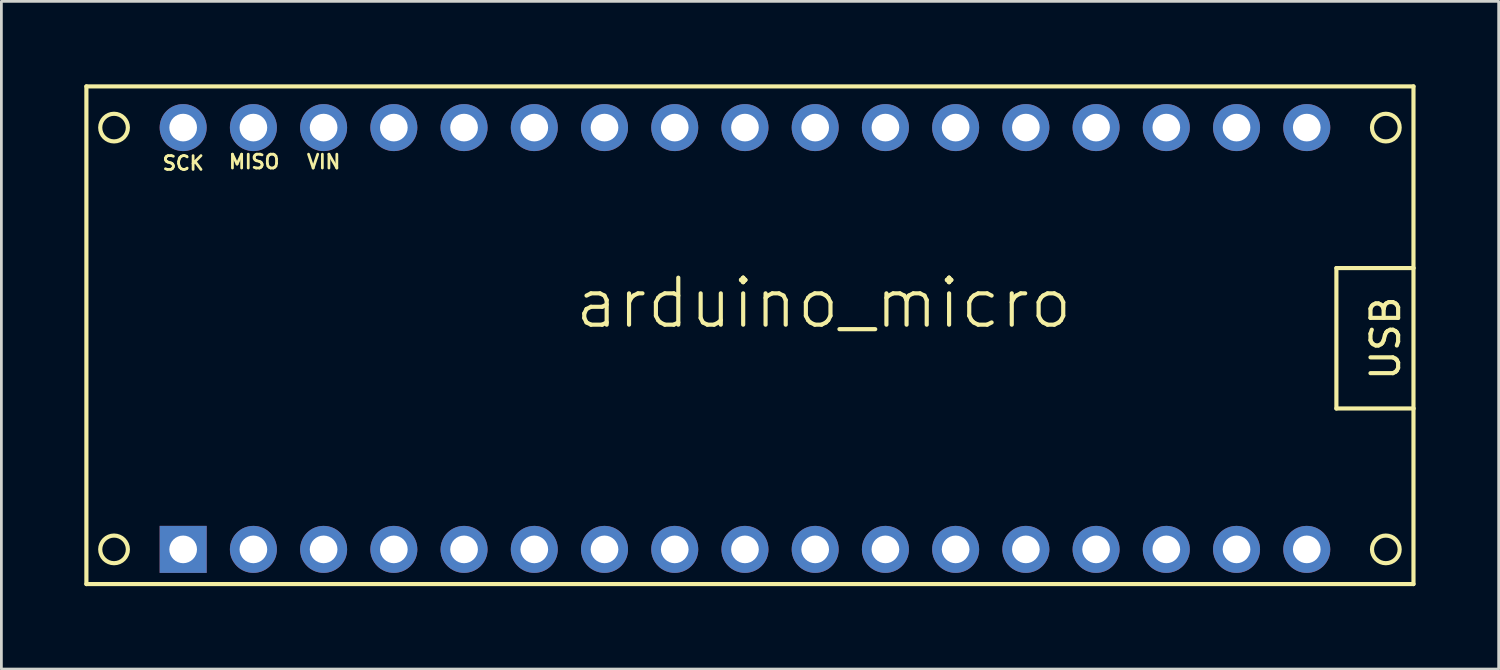
<source format=kicad_pcb>
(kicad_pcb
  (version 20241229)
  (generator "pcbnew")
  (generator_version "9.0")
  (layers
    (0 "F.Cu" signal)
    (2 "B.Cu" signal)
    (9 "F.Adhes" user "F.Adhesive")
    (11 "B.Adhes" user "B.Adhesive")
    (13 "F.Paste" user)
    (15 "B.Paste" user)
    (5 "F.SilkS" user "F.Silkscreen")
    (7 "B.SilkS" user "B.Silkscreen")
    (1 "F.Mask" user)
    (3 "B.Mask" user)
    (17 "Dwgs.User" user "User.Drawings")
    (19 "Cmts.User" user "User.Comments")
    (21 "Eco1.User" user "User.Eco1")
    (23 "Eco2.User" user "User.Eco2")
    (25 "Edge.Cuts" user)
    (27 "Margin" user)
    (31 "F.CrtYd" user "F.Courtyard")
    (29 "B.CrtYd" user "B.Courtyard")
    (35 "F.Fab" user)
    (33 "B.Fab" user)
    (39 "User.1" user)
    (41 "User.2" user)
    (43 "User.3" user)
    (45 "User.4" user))
  (footprint "arduino_micro"
    (layer "F.Cu")
    (at 24.075 9.075)
    (property "Reference" "arduino_micro" (at 2.67 -1.16 0) (unlocked yes) (layer "F.SilkS") (effects (font (size 1.7 1.7) (thickness 0.15))))
    (attr through_hole)
    (fp_line (start -24 -9) (end 24 -9) (stroke (width 0.15) (type solid)) (layer "F.SilkS"))
    (fp_line (start -24 9) (end -24 -9) (stroke (width 0.15) (type solid)) (layer "F.SilkS"))
    (fp_line (start 21.212 -2.43) (end 24.006 -2.43) (stroke (width 0.15) (type solid)) (layer "F.SilkS"))
    (fp_line (start 21.212 2.65) (end 21.212 -2.43) (stroke (width 0.15) (type solid)) (layer "F.SilkS"))
    (fp_line (start 24 -9) (end 24 9) (stroke (width 0.15) (type solid)) (layer "F.SilkS"))
    (fp_line (start 24 9) (end -24 9) (stroke (width 0.15) (type solid)) (layer "F.SilkS"))
    (fp_line (start 24.006 2.65) (end 21.212 2.65) (stroke (width 0.15) (type solid)) (layer "F.SilkS"))
    (fp_circle (center -23 -7.51) (end -22.5 -7.51) (stroke (width 0.15) (type solid)) (fill no) (layer "F.SilkS"))
    (fp_circle (center -23 7.746) (end -22.5 7.746) (stroke (width 0.15) (type solid)) (fill no) (layer "F.SilkS"))
    (fp_circle (center 23 -7.51) (end 23.5 -7.51) (stroke (width 0.15) (type solid)) (fill no) (layer "F.SilkS"))
    (fp_circle (center 23 7.746) (end 23.5 7.746) (stroke (width 0.15) (type solid)) (fill no) (layer "F.SilkS"))
    (fp_text user "USB" (at 22.99 0.11 90) (layer "F.SilkS") (effects (font (size 1 1) (thickness 0.15))))
    (fp_text user "MISO" (at -17.932 -6.274 0) (layer "F.SilkS") (effects (font (size 0.5 0.5) (thickness 0.1))))
    (fp_text user "SCK" (at -20.498 -6.223 0) (layer "F.SilkS") (effects (font (size 0.5 0.5) (thickness 0.1))))
    (fp_text user "VIN" (at -15.418 -6.274 0) (layer "F.SilkS") (effects (font (size 0.5 0.5) (thickness 0.1))))
    (pad "2" thru_hole circle (at -5.26 7.746) (size 1.7 1.7) (drill 1) (layers "*.Cu" "*.Mask"))
    (pad "3" thru_hole circle (at -2.72 7.746) (size 1.7 1.7) (drill 1) (layers "*.Cu" "*.Mask"))
    (pad "3.3V" thru_hole circle (at 17.6 -7.51) (size 1.7 1.7) (drill 1) (layers "*.Cu" "*.Mask"))
    (pad "4" thru_hole circle (at -0.18 7.746) (size 1.7 1.7) (drill 1) (layers "*.Cu" "*.Mask"))
    (pad "5" thru_hole circle (at 2.36 7.746) (size 1.7 1.7) (drill 1) (layers "*.Cu" "*.Mask"))
    (pad "5V" thru_hole circle (at -7.8 -7.51) (size 1.7 1.7) (drill 1) (layers "*.Cu" "*.Mask"))
    (pad "6" thru_hole circle (at 4.9 7.746) (size 1.7 1.7) (drill 1) (layers "*.Cu" "*.Mask"))
    (pad "7" thru_hole circle (at 7.44 7.746) (size 1.7 1.7) (drill 1) (layers "*.Cu" "*.Mask"))
    (pad "8" thru_hole circle (at 9.98 7.746) (size 1.7 1.7) (drill 1) (layers "*.Cu" "*.Mask"))
    (pad "9" thru_hole circle (at 12.52 7.746) (size 1.7 1.7) (drill 1) (layers "*.Cu" "*.Mask"))
    (pad "10" thru_hole circle (at 15.06 7.746) (size 1.7 1.7) (drill 1) (layers "*.Cu" "*.Mask"))
    (pad "11" thru_hole circle (at 17.6 7.746) (size 1.7 1.7) (drill 1) (layers "*.Cu" "*.Mask"))
    (pad "12" thru_hole circle (at 20.14 7.746) (size 1.7 1.7) (drill 1) (layers "*.Cu" "*.Mask"))
    (pad "13" thru_hole circle (at 20.14 -7.51) (size 1.7 1.7) (drill 1) (layers "*.Cu" "*.Mask"))
    (pad "A0" thru_hole circle (at 12.52 -7.51) (size 1.7 1.7) (drill 1) (layers "*.Cu" "*.Mask"))
    (pad "A1" thru_hole circle (at 9.98 -7.51) (size 1.7 1.7) (drill 1) (layers "*.Cu" "*.Mask"))
    (pad "A2" thru_hole circle (at 7.44 -7.51) (size 1.7 1.7) (drill 1) (layers "*.Cu" "*.Mask"))
    (pad "A3" thru_hole circle (at 4.9 -7.51) (size 1.7 1.7) (drill 1) (layers "*.Cu" "*.Mask"))
    (pad "A4" thru_hole circle (at 2.36 -7.51) (size 1.7 1.7) (drill 1) (layers "*.Cu" "*.Mask"))
    (pad "A5" thru_hole circle (at -0.18 -7.51) (size 1.7 1.7) (drill 1) (layers "*.Cu" "*.Mask"))
    (pad "AREF" thru_hole circle (at 15.06 -7.51) (size 1.7 1.7) (drill 1) (layers "*.Cu" "*.Mask"))
    (pad "GND" thru_hole circle (at -12.88 -7.51) (size 1.7 1.7) (drill 1) (layers "*.Cu" "*.Mask"))
    (pad "GND" thru_hole circle (at -7.8 7.746) (size 1.7 1.7) (drill 1) (layers "*.Cu" "*.Mask"))
    (pad "MI" thru_hole circle (at -17.96 -7.51) (size 1.7 1.7) (drill 1) (layers "*.Cu" "*.Mask"))
    (pad "MO" thru_hole rect (at -20.5 7.746) (size 1.7 1.7) (drill 1) (layers "*.Cu" "*.Mask"))
    (pad "NC" thru_hole circle (at -5.26 -7.51) (size 1.7 1.7) (drill 1) (layers "*.Cu" "*.Mask"))
    (pad "NC" thru_hole circle (at -2.72 -7.51) (size 1.7 1.7) (drill 1) (layers "*.Cu" "*.Mask"))
    (pad "RST" thru_hole circle (at -10.34 -7.51) (size 1.7 1.7) (drill 1) (layers "*.Cu" "*.Mask"))
    (pad "RST" thru_hole circle (at -10.34 7.746) (size 1.7 1.7) (drill 1) (layers "*.Cu" "*.Mask"))
    (pad "RX" thru_hole circle (at -12.88 7.746) (size 1.7 1.7) (drill 1) (layers "*.Cu" "*.Mask"))
    (pad "SCK" thru_hole circle (at -20.5 -7.51) (size 1.7 1.7) (drill 1) (layers "*.Cu" "*.Mask"))
    (pad "SS" thru_hole circle (at -17.96 7.746) (size 1.7 1.7) (drill 1) (layers "*.Cu" "*.Mask"))
    (pad "TX" thru_hole circle (at -15.42 7.746) (size 1.7 1.7) (drill 1) (layers "*.Cu" "*.Mask"))
    (pad "VI" thru_hole circle (at -15.42 -7.51) (size 1.7 1.7) (drill 1) (layers "*.Cu" "*.Mask")))
  (gr_rect
    (start -3 -3)
    (end 51.156 21.15)
    (stroke (width 0.1) (type default))
    (fill no)
    (layer "Edge.Cuts")))
</source>
